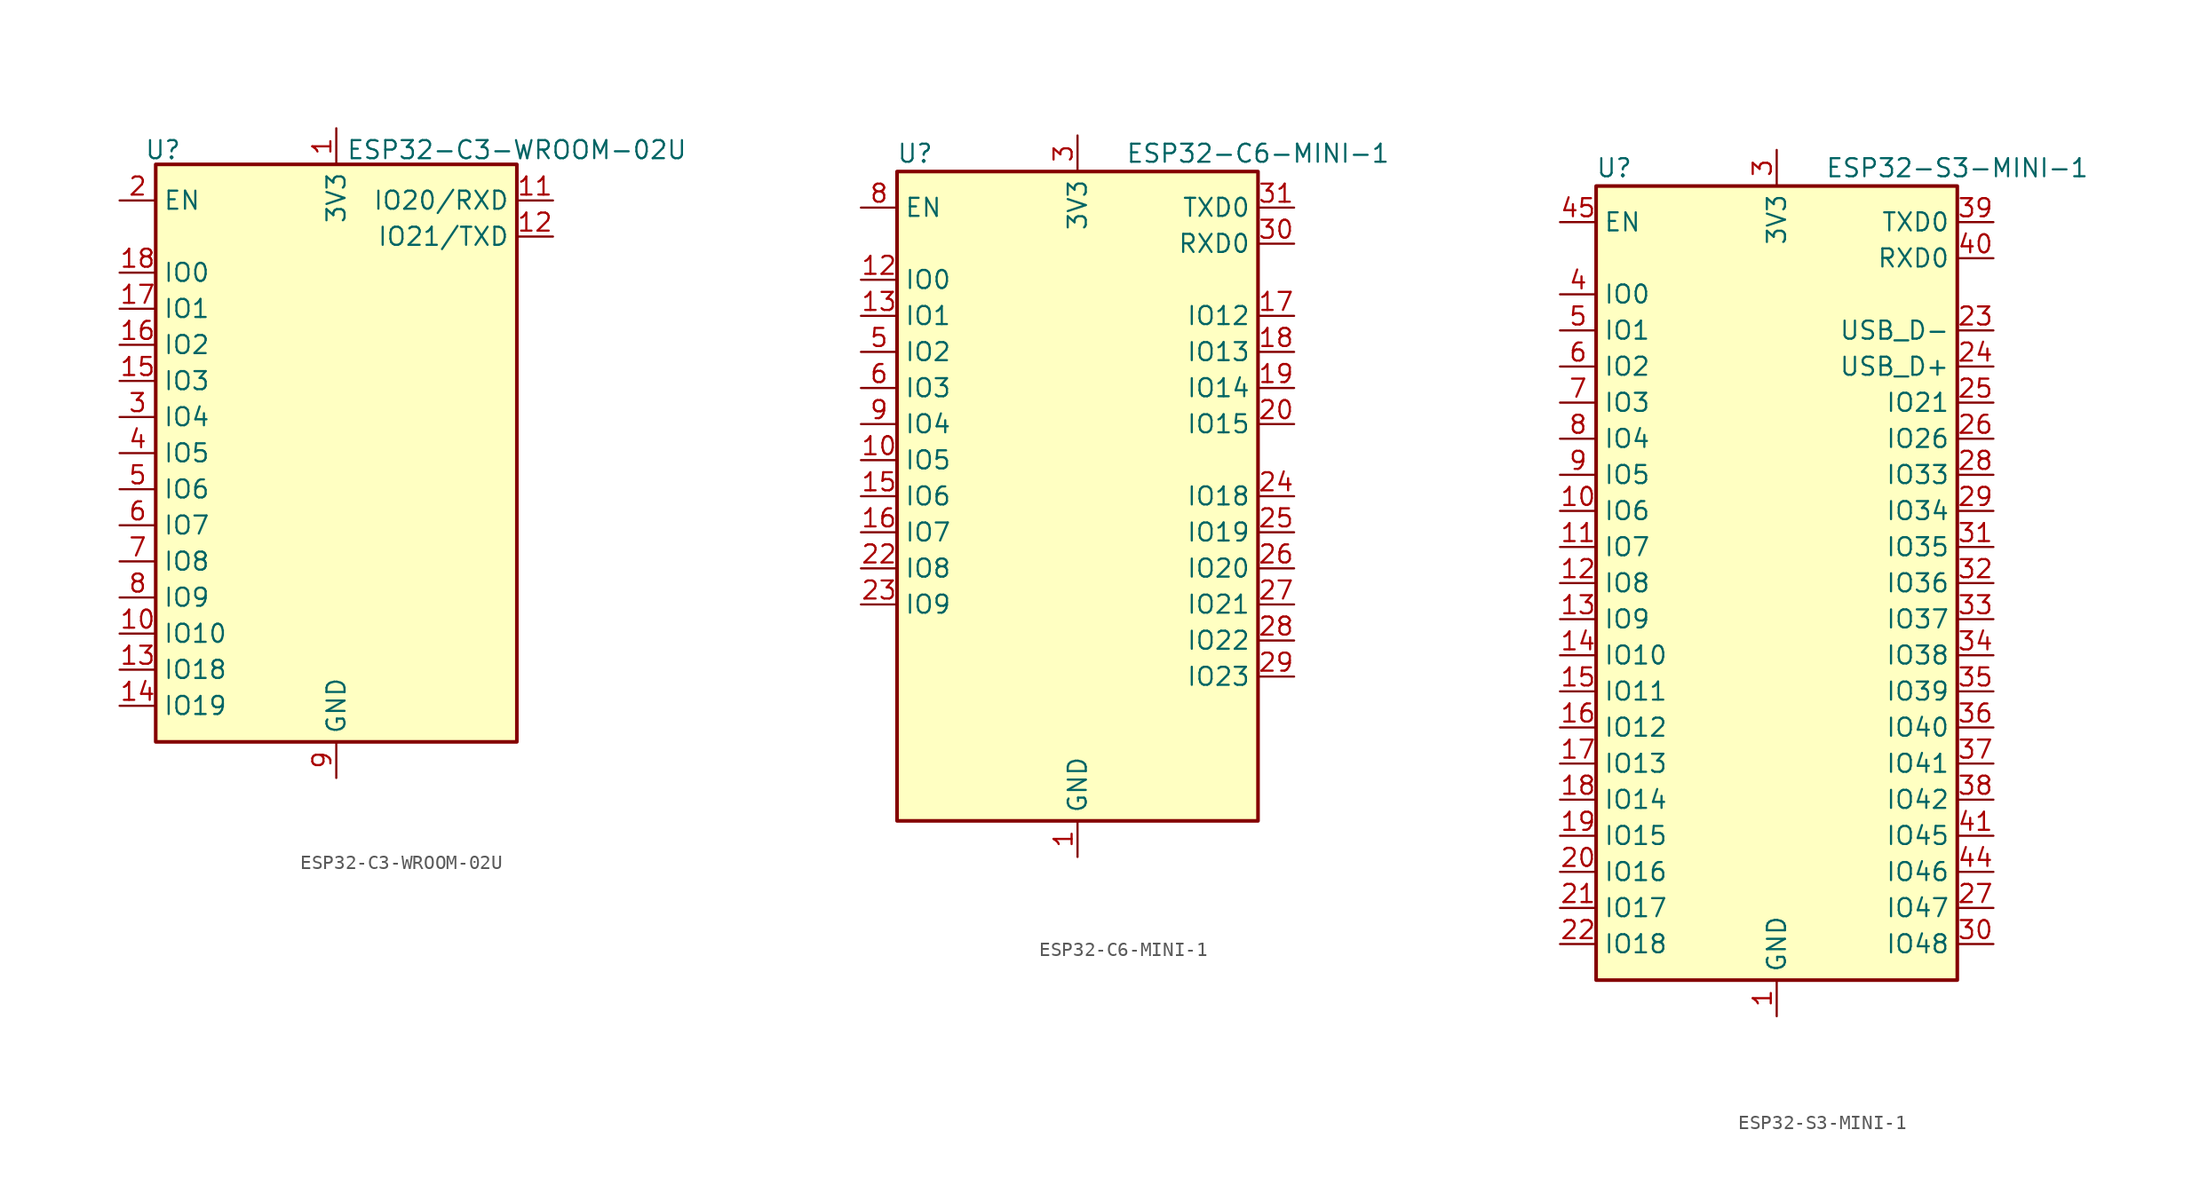
<source format=kicad_sym>
(kicad_symbol_lib
  (version 20231120)
  (generator "kicad_symbol_editor")
  (generator_version "8.0")
  (symbol "ESP32-C3-WROOM-02U"
    (property "Reference" "U"
      (at -12.192 21.336 0)
      (effects (font (size 1.27 1.27))))
    (property "Value" "ESP32-C3-WROOM-02U"
      (at 12.7 21.336 0)
      (effects (font (size 1.27 1.27))))
    (symbol "ESP32-C3-WROOM-02U_1_1"
      (rectangle (start -12.7 20.32) (end 12.7 -20.32) (stroke (width 0.254) (type default)) (fill (type background)))
      (pin power_in line (at 0 22.86 270) (length 2.54) (name "3V3" (effects (font (size 1.27 1.27)))) (number "1" (effects (font (size 1.27 1.27)))))
      (pin bidirectional line (at -15.24 -12.7 0) (length 2.54) (name "IO10" (effects (font (size 1.27 1.27)))) (number "10" (effects (font (size 1.27 1.27)))))
      (pin bidirectional line (at 15.24 17.78 180) (length 2.54) (name "IO20/RXD" (effects (font (size 1.27 1.27)))) (number "11" (effects (font (size 1.27 1.27)))))
      (pin bidirectional line (at 15.24 15.24 180) (length 2.54) (name "IO21/TXD" (effects (font (size 1.27 1.27)))) (number "12" (effects (font (size 1.27 1.27)))))
      (pin bidirectional line (at -15.24 -15.24 0) (length 2.54) (name "IO18" (effects (font (size 1.27 1.27)))) (number "13" (effects (font (size 1.27 1.27)))))
      (pin bidirectional line (at -15.24 -17.78 0) (length 2.54) (name "IO19" (effects (font (size 1.27 1.27)))) (number "14" (effects (font (size 1.27 1.27)))))
      (pin bidirectional line (at -15.24 5.08 0) (length 2.54) (name "IO3" (effects (font (size 1.27 1.27)))) (number "15" (effects (font (size 1.27 1.27)))))
      (pin bidirectional line (at -15.24 7.62 0) (length 2.54) (name "IO2" (effects (font (size 1.27 1.27)))) (number "16" (effects (font (size 1.27 1.27)))))
      (pin bidirectional line (at -15.24 10.16 0) (length 2.54) (name "IO1" (effects (font (size 1.27 1.27)))) (number "17" (effects (font (size 1.27 1.27)))))
      (pin bidirectional line (at -15.24 12.7 0) (length 2.54) (name "IO0" (effects (font (size 1.27 1.27)))) (number "18" (effects (font (size 1.27 1.27)))))
      (pin passive line (at 0 -22.86 90) (length 2.54) hide (name "GND" (effects (font (size 1.27 1.27)))) (number "19" (effects (font (size 1.27 1.27)))))
      (pin input line (at -15.24 17.78 0) (length 2.54) (name "EN" (effects (font (size 1.27 1.27)))) (number "2" (effects (font (size 1.27 1.27)))))
      (pin bidirectional line (at -15.24 2.54 0) (length 2.54) (name "IO4" (effects (font (size 1.27 1.27)))) (number "3" (effects (font (size 1.27 1.27)))))
      (pin bidirectional line (at -15.24 0 0) (length 2.54) (name "IO5" (effects (font (size 1.27 1.27)))) (number "4" (effects (font (size 1.27 1.27)))))
      (pin bidirectional line (at -15.24 -2.54 0) (length 2.54) (name "IO6" (effects (font (size 1.27 1.27)))) (number "5" (effects (font (size 1.27 1.27)))))
      (pin bidirectional line (at -15.24 -5.08 0) (length 2.54) (name "IO7" (effects (font (size 1.27 1.27)))) (number "6" (effects (font (size 1.27 1.27)))))
      (pin bidirectional line (at -15.24 -7.62 0) (length 2.54) (name "IO8" (effects (font (size 1.27 1.27)))) (number "7" (effects (font (size 1.27 1.27)))))
      (pin bidirectional line (at -15.24 -10.16 0) (length 2.54) (name "IO9" (effects (font (size 1.27 1.27)))) (number "8" (effects (font (size 1.27 1.27)))))
      (pin power_in line (at 0 -22.86 90) (length 2.54) (name "GND" (effects (font (size 1.27 1.27)))) (number "9" (effects (font (size 1.27 1.27)))))))
  (symbol "ESP32-C6-MINI-1"
    (property "Reference" "U"
      (at -11.43 24.13 0)
      (effects (font (size 1.27 1.27))))
    (property "Value" "ESP32-C6-MINI-1"
      (at 12.7 24.13 0)
      (effects (font (size 1.27 1.27))))
    (symbol "ESP32-C6-MINI-1_0_1"
      (rectangle (start -12.7 22.86) (end 12.7 -22.86) (stroke (width 0.254) (type default)) (fill (type background))))
    (symbol "ESP32-C6-MINI-1_1_1"
      (pin power_in line (at 0 -25.4 90) (length 2.54) (name "GND" (effects (font (size 1.27 1.27)))) (number "1" (effects (font (size 1.27 1.27)))))
      (pin bidirectional line (at -15.24 2.54 0) (length 2.54) (name "IO5" (effects (font (size 1.27 1.27)))) (number "10" (effects (font (size 1.27 1.27)))))
      (pin passive line (at 0 -25.4 90) (length 2.54) hide (name "GND" (effects (font (size 1.27 1.27)))) (number "11" (effects (font (size 1.27 1.27)))))
      (pin bidirectional line (at -15.24 15.24 0) (length 2.54) (name "IO0" (effects (font (size 1.27 1.27)))) (number "12" (effects (font (size 1.27 1.27)))))
      (pin bidirectional line (at -15.24 12.7 0) (length 2.54) (name "IO1" (effects (font (size 1.27 1.27)))) (number "13" (effects (font (size 1.27 1.27)))))
      (pin passive line (at 0 -25.4 90) (length 2.54) hide (name "GND" (effects (font (size 1.27 1.27)))) (number "14" (effects (font (size 1.27 1.27)))))
      (pin bidirectional line (at -15.24 0 0) (length 2.54) (name "IO6" (effects (font (size 1.27 1.27)))) (number "15" (effects (font (size 1.27 1.27)))))
      (pin bidirectional line (at -15.24 -2.54 0) (length 2.54) (name "IO7" (effects (font (size 1.27 1.27)))) (number "16" (effects (font (size 1.27 1.27)))))
      (pin bidirectional line (at 15.24 12.7 180) (length 2.54) (name "IO12" (effects (font (size 1.27 1.27)))) (number "17" (effects (font (size 1.27 1.27)))))
      (pin bidirectional line (at 15.24 10.16 180) (length 2.54) (name "IO13" (effects (font (size 1.27 1.27)))) (number "18" (effects (font (size 1.27 1.27)))))
      (pin bidirectional line (at 15.24 7.62 180) (length 2.54) (name "IO14" (effects (font (size 1.27 1.27)))) (number "19" (effects (font (size 1.27 1.27)))))
      (pin passive line (at 0 -25.4 90) (length 2.54) hide (name "GND" (effects (font (size 1.27 1.27)))) (number "2" (effects (font (size 1.27 1.27)))))
      (pin bidirectional line (at 15.24 5.08 180) (length 2.54) (name "IO15" (effects (font (size 1.27 1.27)))) (number "20" (effects (font (size 1.27 1.27)))))
      (pin no_connect line (at 12.7 -20.32 180) (length 2.54) hide (name "NC" (effects (font (size 1.27 1.27)))) (number "21" (effects (font (size 1.27 1.27)))))
      (pin bidirectional line (at -15.24 -5.08 0) (length 2.54) (name "IO8" (effects (font (size 1.27 1.27)))) (number "22" (effects (font (size 1.27 1.27)))))
      (pin bidirectional line (at -15.24 -7.62 0) (length 2.54) (name "IO9" (effects (font (size 1.27 1.27)))) (number "23" (effects (font (size 1.27 1.27)))))
      (pin bidirectional line (at 15.24 0 180) (length 2.54) (name "IO18" (effects (font (size 1.27 1.27)))) (number "24" (effects (font (size 1.27 1.27)))))
      (pin bidirectional line (at 15.24 -2.54 180) (length 2.54) (name "IO19" (effects (font (size 1.27 1.27)))) (number "25" (effects (font (size 1.27 1.27)))))
      (pin bidirectional line (at 15.24 -5.08 180) (length 2.54) (name "IO20" (effects (font (size 1.27 1.27)))) (number "26" (effects (font (size 1.27 1.27)))))
      (pin bidirectional line (at 15.24 -7.62 180) (length 2.54) (name "IO21" (effects (font (size 1.27 1.27)))) (number "27" (effects (font (size 1.27 1.27)))))
      (pin bidirectional line (at 15.24 -10.16 180) (length 2.54) (name "IO22" (effects (font (size 1.27 1.27)))) (number "28" (effects (font (size 1.27 1.27)))))
      (pin bidirectional line (at 15.24 -12.7 180) (length 2.54) (name "IO23" (effects (font (size 1.27 1.27)))) (number "29" (effects (font (size 1.27 1.27)))))
      (pin power_in line (at 0 25.4 270) (length 2.54) (name "3V3" (effects (font (size 1.27 1.27)))) (number "3" (effects (font (size 1.27 1.27)))))
      (pin bidirectional line (at 15.24 17.78 180) (length 2.54) (name "RXD0" (effects (font (size 1.27 1.27)))) (number "30" (effects (font (size 1.27 1.27)))))
      (pin bidirectional line (at 15.24 20.32 180) (length 2.54) (name "TXD0" (effects (font (size 1.27 1.27)))) (number "31" (effects (font (size 1.27 1.27)))))
      (pin no_connect line (at -12.7 -12.7 0) (length 2.54) hide (name "NC" (effects (font (size 1.27 1.27)))) (number "32" (effects (font (size 1.27 1.27)))))
      (pin no_connect line (at -12.7 -15.24 0) (length 2.54) hide (name "NC" (effects (font (size 1.27 1.27)))) (number "33" (effects (font (size 1.27 1.27)))))
      (pin no_connect line (at -12.7 -17.78 0) (length 2.54) hide (name "NC" (effects (font (size 1.27 1.27)))) (number "34" (effects (font (size 1.27 1.27)))))
      (pin no_connect line (at -12.7 -20.32 0) (length 2.54) hide (name "NC" (effects (font (size 1.27 1.27)))) (number "35" (effects (font (size 1.27 1.27)))))
      (pin passive line (at 0 -25.4 90) (length 2.54) hide (name "GND" (effects (font (size 1.27 1.27)))) (number "36" (effects (font (size 1.27 1.27)))))
      (pin passive line (at 0 -25.4 90) (length 2.54) hide (name "GND" (effects (font (size 1.27 1.27)))) (number "37" (effects (font (size 1.27 1.27)))))
      (pin passive line (at 0 -25.4 90) (length 2.54) hide (name "GND" (effects (font (size 1.27 1.27)))) (number "38" (effects (font (size 1.27 1.27)))))
      (pin passive line (at 0 -25.4 90) (length 2.54) hide (name "GND" (effects (font (size 1.27 1.27)))) (number "39" (effects (font (size 1.27 1.27)))))
      (pin no_connect line (at 12.7 -15.24 180) (length 2.54) hide (name "NC" (effects (font (size 1.27 1.27)))) (number "4" (effects (font (size 1.27 1.27)))))
      (pin passive line (at 0 -25.4 90) (length 2.54) hide (name "GND" (effects (font (size 1.27 1.27)))) (number "40" (effects (font (size 1.27 1.27)))))
      (pin passive line (at 0 -25.4 90) (length 2.54) hide (name "GND" (effects (font (size 1.27 1.27)))) (number "41" (effects (font (size 1.27 1.27)))))
      (pin passive line (at 0 -25.4 90) (length 2.54) hide (name "GND" (effects (font (size 1.27 1.27)))) (number "42" (effects (font (size 1.27 1.27)))))
      (pin passive line (at 0 -25.4 90) (length 2.54) hide (name "GND" (effects (font (size 1.27 1.27)))) (number "43" (effects (font (size 1.27 1.27)))))
      (pin passive line (at 0 -25.4 90) (length 2.54) hide (name "GND" (effects (font (size 1.27 1.27)))) (number "44" (effects (font (size 1.27 1.27)))))
      (pin passive line (at 0 -25.4 90) (length 2.54) hide (name "GND" (effects (font (size 1.27 1.27)))) (number "45" (effects (font (size 1.27 1.27)))))
      (pin passive line (at 0 -25.4 90) (length 2.54) hide (name "GND" (effects (font (size 1.27 1.27)))) (number "46" (effects (font (size 1.27 1.27)))))
      (pin passive line (at 0 -25.4 90) (length 2.54) hide (name "GND" (effects (font (size 1.27 1.27)))) (number "47" (effects (font (size 1.27 1.27)))))
      (pin passive line (at 0 -25.4 90) (length 2.54) hide (name "GND" (effects (font (size 1.27 1.27)))) (number "48" (effects (font (size 1.27 1.27)))))
      (pin passive line (at 0 -25.4 90) (length 2.54) hide (name "GND" (effects (font (size 1.27 1.27)))) (number "49" (effects (font (size 1.27 1.27)))))
      (pin bidirectional line (at -15.24 10.16 0) (length 2.54) (name "IO2" (effects (font (size 1.27 1.27)))) (number "5" (effects (font (size 1.27 1.27)))))
      (pin passive line (at 0 -25.4 90) (length 2.54) hide (name "GND" (effects (font (size 1.27 1.27)))) (number "50" (effects (font (size 1.27 1.27)))))
      (pin passive line (at 0 -25.4 90) (length 2.54) hide (name "GND" (effects (font (size 1.27 1.27)))) (number "51" (effects (font (size 1.27 1.27)))))
      (pin passive line (at 0 -25.4 90) (length 2.54) hide (name "GND" (effects (font (size 1.27 1.27)))) (number "52" (effects (font (size 1.27 1.27)))))
      (pin passive line (at 0 -25.4 90) (length 2.54) hide (name "GND" (effects (font (size 1.27 1.27)))) (number "53" (effects (font (size 1.27 1.27)))))
      (pin bidirectional line (at -15.24 7.62 0) (length 2.54) (name "IO3" (effects (font (size 1.27 1.27)))) (number "6" (effects (font (size 1.27 1.27)))))
      (pin no_connect line (at 12.7 -17.78 180) (length 2.54) hide (name "NC" (effects (font (size 1.27 1.27)))) (number "7" (effects (font (size 1.27 1.27)))))
      (pin input line (at -15.24 20.32 0) (length 2.54) (name "EN" (effects (font (size 1.27 1.27)))) (number "8" (effects (font (size 1.27 1.27)))))
      (pin bidirectional line (at -15.24 5.08 0) (length 2.54) (name "IO4" (effects (font (size 1.27 1.27)))) (number "9" (effects (font (size 1.27 1.27)))))))
  (symbol "ESP32-S3-MINI-1"
    (property "Reference" "U"
      (at -11.43 29.21 0)
      (effects (font (size 1.27 1.27))))
    (property "Value" "ESP32-S3-MINI-1"
      (at 12.7 29.21 0)
      (effects (font (size 1.27 1.27))))
    (symbol "ESP32-S3-MINI-1_0_1"
      (rectangle (start -12.7 27.94) (end 12.7 -27.94) (stroke (width 0.254) (type default)) (fill (type background))))
    (symbol "ESP32-S3-MINI-1_1_1"
      (pin power_in line (at 0 -30.48 90) (length 2.54) (name "GND" (effects (font (size 1.27 1.27)))) (number "1" (effects (font (size 1.27 1.27)))))
      (pin bidirectional line (at -15.24 5.08 0) (length 2.54) (name "IO6" (effects (font (size 1.27 1.27)))) (number "10" (effects (font (size 1.27 1.27)))))
      (pin bidirectional line (at -15.24 2.54 0) (length 2.54) (name "IO7" (effects (font (size 1.27 1.27)))) (number "11" (effects (font (size 1.27 1.27)))))
      (pin bidirectional line (at -15.24 0 0) (length 2.54) (name "IO8" (effects (font (size 1.27 1.27)))) (number "12" (effects (font (size 1.27 1.27)))))
      (pin bidirectional line (at -15.24 -2.54 0) (length 2.54) (name "IO9" (effects (font (size 1.27 1.27)))) (number "13" (effects (font (size 1.27 1.27)))))
      (pin bidirectional line (at -15.24 -5.08 0) (length 2.54) (name "IO10" (effects (font (size 1.27 1.27)))) (number "14" (effects (font (size 1.27 1.27)))))
      (pin bidirectional line (at -15.24 -7.62 0) (length 2.54) (name "IO11" (effects (font (size 1.27 1.27)))) (number "15" (effects (font (size 1.27 1.27)))))
      (pin bidirectional line (at -15.24 -10.16 0) (length 2.54) (name "IO12" (effects (font (size 1.27 1.27)))) (number "16" (effects (font (size 1.27 1.27)))))
      (pin bidirectional line (at -15.24 -12.7 0) (length 2.54) (name "IO13" (effects (font (size 1.27 1.27)))) (number "17" (effects (font (size 1.27 1.27)))))
      (pin bidirectional line (at -15.24 -15.24 0) (length 2.54) (name "IO14" (effects (font (size 1.27 1.27)))) (number "18" (effects (font (size 1.27 1.27)))))
      (pin bidirectional line (at -15.24 -17.78 0) (length 2.54) (name "IO15" (effects (font (size 1.27 1.27)))) (number "19" (effects (font (size 1.27 1.27)))))
      (pin passive line (at 0 -30.48 90) (length 2.54) hide (name "GND" (effects (font (size 1.27 1.27)))) (number "2" (effects (font (size 1.27 1.27)))))
      (pin bidirectional line (at -15.24 -20.32 0) (length 2.54) (name "IO16" (effects (font (size 1.27 1.27)))) (number "20" (effects (font (size 1.27 1.27)))))
      (pin bidirectional line (at -15.24 -22.86 0) (length 2.54) (name "IO17" (effects (font (size 1.27 1.27)))) (number "21" (effects (font (size 1.27 1.27)))))
      (pin bidirectional line (at -15.24 -25.4 0) (length 2.54) (name "IO18" (effects (font (size 1.27 1.27)))) (number "22" (effects (font (size 1.27 1.27)))))
      (pin bidirectional line (at 15.24 17.78 180) (length 2.54) (name "USB_D-" (effects (font (size 1.27 1.27)))) (number "23" (effects (font (size 1.27 1.27)))) (alternate "IO19" bidirectional line))
      (pin bidirectional line (at 15.24 15.24 180) (length 2.54) (name "USB_D+" (effects (font (size 1.27 1.27)))) (number "24" (effects (font (size 1.27 1.27)))) (alternate "IO20" bidirectional line))
      (pin bidirectional line (at 15.24 12.7 180) (length 2.54) (name "IO21" (effects (font (size 1.27 1.27)))) (number "25" (effects (font (size 1.27 1.27)))))
      (pin bidirectional line (at 15.24 10.16 180) (length 2.54) (name "IO26" (effects (font (size 1.27 1.27)))) (number "26" (effects (font (size 1.27 1.27)))))
      (pin bidirectional line (at 15.24 -22.86 180) (length 2.54) (name "IO47" (effects (font (size 1.27 1.27)))) (number "27" (effects (font (size 1.27 1.27)))))
      (pin bidirectional line (at 15.24 7.62 180) (length 2.54) (name "IO33" (effects (font (size 1.27 1.27)))) (number "28" (effects (font (size 1.27 1.27)))))
      (pin bidirectional line (at 15.24 5.08 180) (length 2.54) (name "IO34" (effects (font (size 1.27 1.27)))) (number "29" (effects (font (size 1.27 1.27)))))
      (pin power_in line (at 0 30.48 270) (length 2.54) (name "3V3" (effects (font (size 1.27 1.27)))) (number "3" (effects (font (size 1.27 1.27)))))
      (pin bidirectional line (at 15.24 -25.4 180) (length 2.54) (name "IO48" (effects (font (size 1.27 1.27)))) (number "30" (effects (font (size 1.27 1.27)))))
      (pin bidirectional line (at 15.24 2.54 180) (length 2.54) (name "IO35" (effects (font (size 1.27 1.27)))) (number "31" (effects (font (size 1.27 1.27)))))
      (pin bidirectional line (at 15.24 0 180) (length 2.54) (name "IO36" (effects (font (size 1.27 1.27)))) (number "32" (effects (font (size 1.27 1.27)))))
      (pin bidirectional line (at 15.24 -2.54 180) (length 2.54) (name "IO37" (effects (font (size 1.27 1.27)))) (number "33" (effects (font (size 1.27 1.27)))))
      (pin bidirectional line (at 15.24 -5.08 180) (length 2.54) (name "IO38" (effects (font (size 1.27 1.27)))) (number "34" (effects (font (size 1.27 1.27)))))
      (pin bidirectional line (at 15.24 -7.62 180) (length 2.54) (name "IO39" (effects (font (size 1.27 1.27)))) (number "35" (effects (font (size 1.27 1.27)))))
      (pin bidirectional line (at 15.24 -10.16 180) (length 2.54) (name "IO40" (effects (font (size 1.27 1.27)))) (number "36" (effects (font (size 1.27 1.27)))))
      (pin bidirectional line (at 15.24 -12.7 180) (length 2.54) (name "IO41" (effects (font (size 1.27 1.27)))) (number "37" (effects (font (size 1.27 1.27)))))
      (pin bidirectional line (at 15.24 -15.24 180) (length 2.54) (name "IO42" (effects (font (size 1.27 1.27)))) (number "38" (effects (font (size 1.27 1.27)))))
      (pin bidirectional line (at 15.24 25.4 180) (length 2.54) (name "TXD0" (effects (font (size 1.27 1.27)))) (number "39" (effects (font (size 1.27 1.27)))))
      (pin bidirectional line (at -15.24 20.32 0) (length 2.54) (name "IO0" (effects (font (size 1.27 1.27)))) (number "4" (effects (font (size 1.27 1.27)))))
      (pin bidirectional line (at 15.24 22.86 180) (length 2.54) (name "RXD0" (effects (font (size 1.27 1.27)))) (number "40" (effects (font (size 1.27 1.27)))))
      (pin bidirectional line (at 15.24 -17.78 180) (length 2.54) (name "IO45" (effects (font (size 1.27 1.27)))) (number "41" (effects (font (size 1.27 1.27)))))
      (pin passive line (at 0 -30.48 90) (length 2.54) hide (name "GND" (effects (font (size 1.27 1.27)))) (number "42" (effects (font (size 1.27 1.27)))))
      (pin passive line (at 0 -30.48 90) (length 2.54) hide (name "GND" (effects (font (size 1.27 1.27)))) (number "43" (effects (font (size 1.27 1.27)))))
      (pin bidirectional line (at 15.24 -20.32 180) (length 2.54) (name "IO46" (effects (font (size 1.27 1.27)))) (number "44" (effects (font (size 1.27 1.27)))))
      (pin input line (at -15.24 25.4 0) (length 2.54) (name "EN" (effects (font (size 1.27 1.27)))) (number "45" (effects (font (size 1.27 1.27)))))
      (pin passive line (at 0 -30.48 90) (length 2.54) hide (name "GND" (effects (font (size 1.27 1.27)))) (number "46" (effects (font (size 1.27 1.27)))))
      (pin passive line (at 0 -30.48 90) (length 2.54) hide (name "GND" (effects (font (size 1.27 1.27)))) (number "47" (effects (font (size 1.27 1.27)))))
      (pin passive line (at 0 -30.48 90) (length 2.54) hide (name "GND" (effects (font (size 1.27 1.27)))) (number "48" (effects (font (size 1.27 1.27)))))
      (pin passive line (at 0 -30.48 90) (length 2.54) hide (name "GND" (effects (font (size 1.27 1.27)))) (number "49" (effects (font (size 1.27 1.27)))))
      (pin bidirectional line (at -15.24 17.78 0) (length 2.54) (name "IO1" (effects (font (size 1.27 1.27)))) (number "5" (effects (font (size 1.27 1.27)))))
      (pin passive line (at 0 -30.48 90) (length 2.54) hide (name "GND" (effects (font (size 1.27 1.27)))) (number "50" (effects (font (size 1.27 1.27)))))
      (pin passive line (at 0 -30.48 90) (length 2.54) hide (name "GND" (effects (font (size 1.27 1.27)))) (number "51" (effects (font (size 1.27 1.27)))))
      (pin passive line (at 0 -30.48 90) (length 2.54) hide (name "GND" (effects (font (size 1.27 1.27)))) (number "52" (effects (font (size 1.27 1.27)))))
      (pin passive line (at 0 -30.48 90) (length 2.54) hide (name "GND" (effects (font (size 1.27 1.27)))) (number "53" (effects (font (size 1.27 1.27)))))
      (pin passive line (at 0 -30.48 90) (length 2.54) hide (name "GND" (effects (font (size 1.27 1.27)))) (number "54" (effects (font (size 1.27 1.27)))))
      (pin passive line (at 0 -30.48 90) (length 2.54) hide (name "GND" (effects (font (size 1.27 1.27)))) (number "55" (effects (font (size 1.27 1.27)))))
      (pin passive line (at 0 -30.48 90) (length 2.54) hide (name "GND" (effects (font (size 1.27 1.27)))) (number "56" (effects (font (size 1.27 1.27)))))
      (pin passive line (at 0 -30.48 90) (length 2.54) hide (name "GND" (effects (font (size 1.27 1.27)))) (number "57" (effects (font (size 1.27 1.27)))))
      (pin passive line (at 0 -30.48 90) (length 2.54) hide (name "GND" (effects (font (size 1.27 1.27)))) (number "58" (effects (font (size 1.27 1.27)))))
      (pin passive line (at 0 -30.48 90) (length 2.54) hide (name "GND" (effects (font (size 1.27 1.27)))) (number "59" (effects (font (size 1.27 1.27)))))
      (pin bidirectional line (at -15.24 15.24 0) (length 2.54) (name "IO2" (effects (font (size 1.27 1.27)))) (number "6" (effects (font (size 1.27 1.27)))))
      (pin passive line (at 0 -30.48 90) (length 2.54) hide (name "GND" (effects (font (size 1.27 1.27)))) (number "60" (effects (font (size 1.27 1.27)))))
      (pin passive line (at 0 -30.48 90) (length 2.54) hide (name "GND" (effects (font (size 1.27 1.27)))) (number "61" (effects (font (size 1.27 1.27)))))
      (pin passive line (at 0 -30.48 90) (length 2.54) hide (name "GND" (effects (font (size 1.27 1.27)))) (number "62" (effects (font (size 1.27 1.27)))))
      (pin passive line (at 0 -30.48 90) (length 2.54) hide (name "GND" (effects (font (size 1.27 1.27)))) (number "63" (effects (font (size 1.27 1.27)))))
      (pin passive line (at 0 -30.48 90) (length 2.54) hide (name "GND" (effects (font (size 1.27 1.27)))) (number "64" (effects (font (size 1.27 1.27)))))
      (pin passive line (at 0 -30.48 90) (length 2.54) hide (name "GND" (effects (font (size 1.27 1.27)))) (number "65" (effects (font (size 1.27 1.27)))))
      (pin bidirectional line (at -15.24 12.7 0) (length 2.54) (name "IO3" (effects (font (size 1.27 1.27)))) (number "7" (effects (font (size 1.27 1.27)))))
      (pin bidirectional line (at -15.24 10.16 0) (length 2.54) (name "IO4" (effects (font (size 1.27 1.27)))) (number "8" (effects (font (size 1.27 1.27)))))
      (pin bidirectional line (at -15.24 7.62 0) (length 2.54) (name "IO5" (effects (font (size 1.27 1.27)))) (number "9" (effects (font (size 1.27 1.27))))))))
</source>
